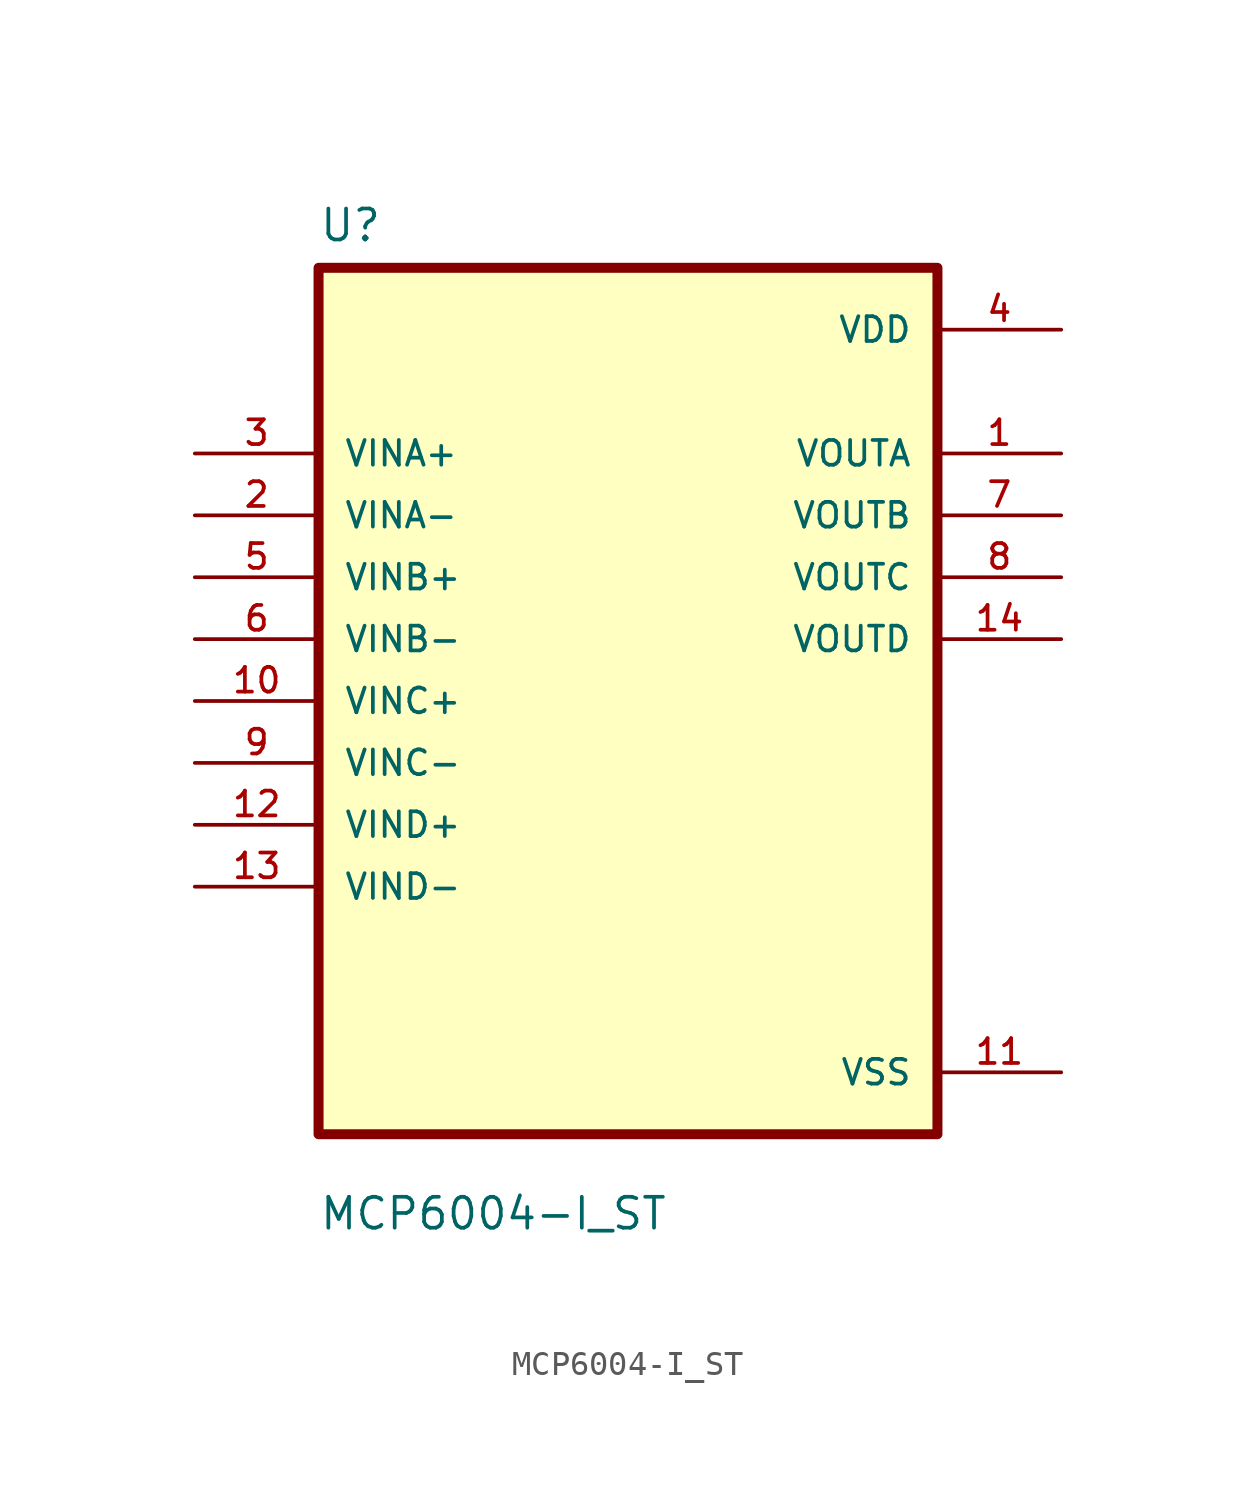
<source format=kicad_sym>
(kicad_symbol_lib
  (version 20211014)
  (generator kicad_symbol_editor)
  (symbol "MCP6004-I_ST"
    (pin_names
      (offset 1.016))
    (property "Reference" "U"
      (at -12.7 18.78 0.0)
      (effects (font (size 1.27 1.27)) (justify bottom left)))
    (property "Value" "MCP6004-I_ST"
      (at -12.7 -21.78 0.0)
      (effects (font (size 1.27 1.27)) (justify bottom left)))
    (symbol "MCP6004-I_ST_0_0"
      (rectangle (start -12.7 -17.78) (end 12.7 17.78) (stroke (width 0.41)) (fill (type background)))
      (pin input line (at -17.78 10.16 0) (length 5.08) (name "VINA+" (effects (font (size 1.016 1.016)))) (number "3" (effects (font (size 1.016 1.016)))))
      (pin input line (at -17.78 7.62 0) (length 5.08) (name "VINA-" (effects (font (size 1.016 1.016)))) (number "2" (effects (font (size 1.016 1.016)))))
      (pin input line (at -17.78 5.08 0) (length 5.08) (name "VINB+" (effects (font (size 1.016 1.016)))) (number "5" (effects (font (size 1.016 1.016)))))
      (pin input line (at -17.78 2.54 0) (length 5.08) (name "VINB-" (effects (font (size 1.016 1.016)))) (number "6" (effects (font (size 1.016 1.016)))))
      (pin input line (at -17.78 0.0 0) (length 5.08) (name "VINC+" (effects (font (size 1.016 1.016)))) (number "10" (effects (font (size 1.016 1.016)))))
      (pin input line (at -17.78 -2.54 0) (length 5.08) (name "VINC-" (effects (font (size 1.016 1.016)))) (number "9" (effects (font (size 1.016 1.016)))))
      (pin input line (at -17.78 -5.08 0) (length 5.08) (name "VIND+" (effects (font (size 1.016 1.016)))) (number "12" (effects (font (size 1.016 1.016)))))
      (pin input line (at -17.78 -7.62 0) (length 5.08) (name "VIND-" (effects (font (size 1.016 1.016)))) (number "13" (effects (font (size 1.016 1.016)))))
      (pin power_in line (at 17.78 15.24 180.0) (length 5.08) (name "VDD" (effects (font (size 1.016 1.016)))) (number "4" (effects (font (size 1.016 1.016)))))
      (pin output line (at 17.78 10.16 180.0) (length 5.08) (name "VOUTA" (effects (font (size 1.016 1.016)))) (number "1" (effects (font (size 1.016 1.016)))))
      (pin output line (at 17.78 7.62 180.0) (length 5.08) (name "VOUTB" (effects (font (size 1.016 1.016)))) (number "7" (effects (font (size 1.016 1.016)))))
      (pin output line (at 17.78 5.08 180.0) (length 5.08) (name "VOUTC" (effects (font (size 1.016 1.016)))) (number "8" (effects (font (size 1.016 1.016)))))
      (pin output line (at 17.78 2.54 180.0) (length 5.08) (name "VOUTD" (effects (font (size 1.016 1.016)))) (number "14" (effects (font (size 1.016 1.016)))))
      (pin power_in line (at 17.78 -15.24 180.0) (length 5.08) (name "VSS" (effects (font (size 1.016 1.016)))) (number "11" (effects (font (size 1.016 1.016))))))))
</source>
